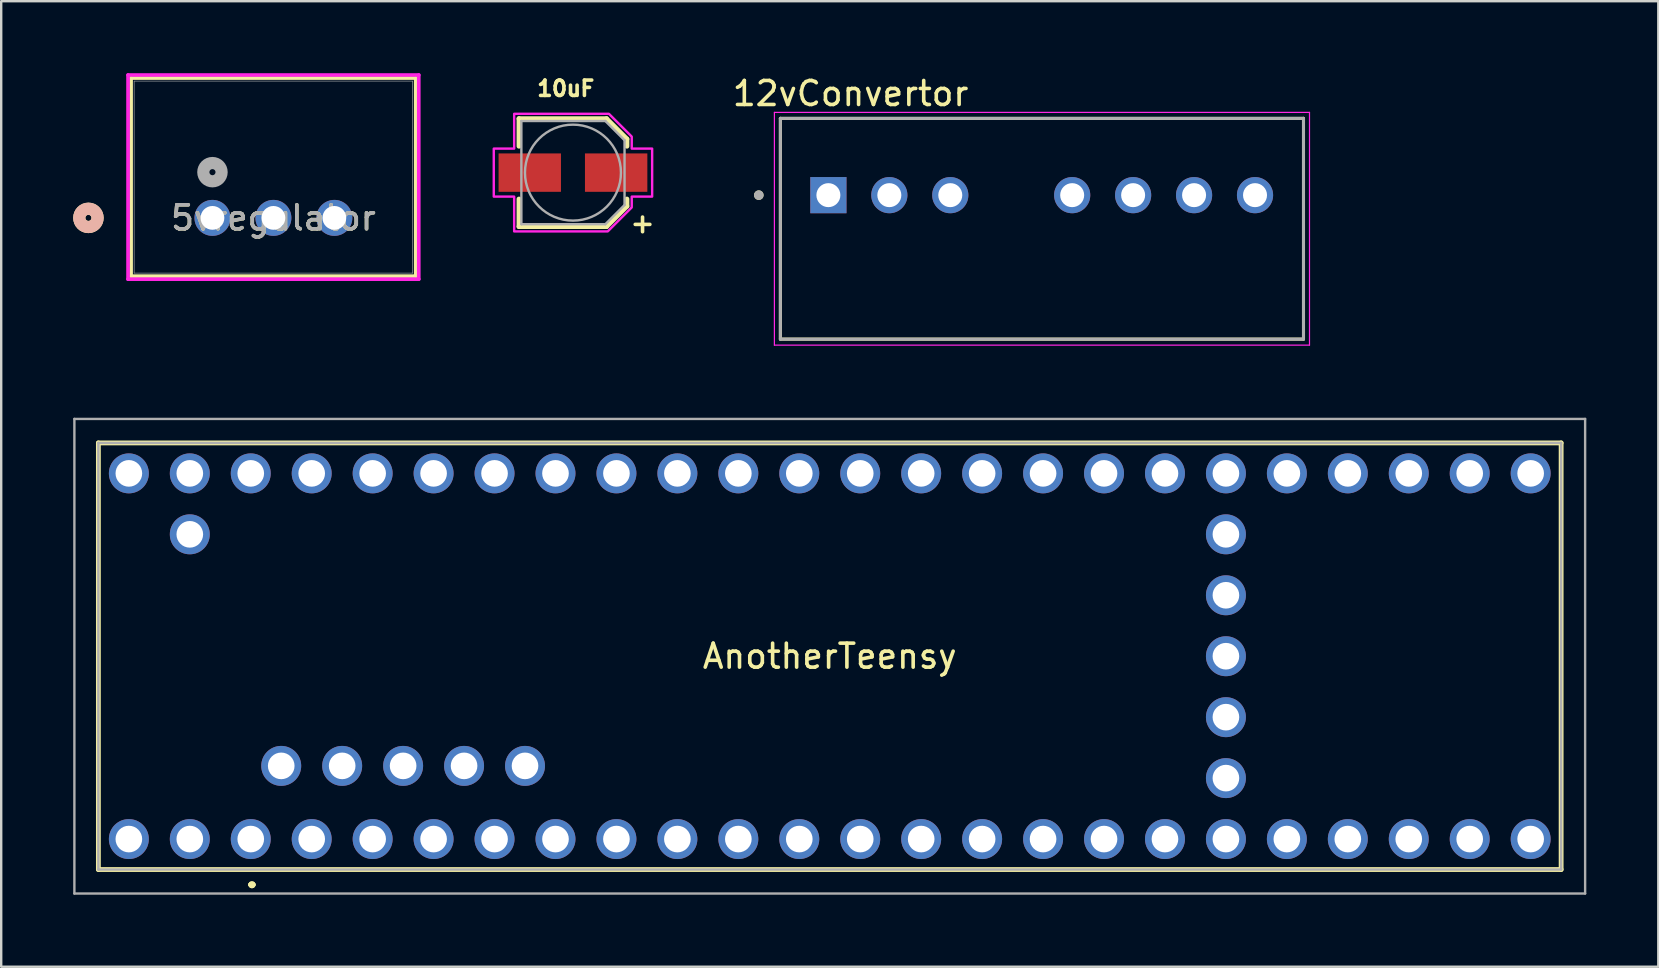
<source format=kicad_pcb>
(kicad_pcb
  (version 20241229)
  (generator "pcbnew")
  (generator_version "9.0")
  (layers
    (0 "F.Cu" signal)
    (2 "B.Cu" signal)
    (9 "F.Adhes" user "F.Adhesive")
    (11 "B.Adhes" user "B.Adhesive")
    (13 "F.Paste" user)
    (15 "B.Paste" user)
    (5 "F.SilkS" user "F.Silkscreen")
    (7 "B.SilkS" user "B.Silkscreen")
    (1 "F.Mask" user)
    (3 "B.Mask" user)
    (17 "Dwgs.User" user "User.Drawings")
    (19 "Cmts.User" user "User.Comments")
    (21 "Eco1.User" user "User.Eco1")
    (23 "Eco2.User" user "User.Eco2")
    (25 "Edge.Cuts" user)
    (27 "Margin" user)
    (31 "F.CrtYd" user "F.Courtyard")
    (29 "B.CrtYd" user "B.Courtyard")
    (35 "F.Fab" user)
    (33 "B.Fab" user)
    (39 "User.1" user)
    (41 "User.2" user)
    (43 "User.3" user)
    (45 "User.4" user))
  (footprint "10uF"
    (layer "F.Cu")
    (at 20.828 4.144)
    (property "Reference" "10uF" (at -0.3 -3.506 0) (layer "F.SilkS") (effects (font (size 0.64 0.64) (thickness 0.15))))
    (attr smd)
    (fp_line (start -2.25 -2.25) (end -2.25 -1.1) (stroke (width 0.2) (type solid)) (layer "F.SilkS"))
    (fp_line (start -2.25 -2.25) (end 1.4 -2.25) (stroke (width 0.2) (type solid)) (layer "F.SilkS"))
    (fp_line (start -2.25 2.25) (end -2.25 1.1) (stroke (width 0.2) (type solid)) (layer "F.SilkS"))
    (fp_line (start -2.25 2.25) (end 1.4 2.25) (stroke (width 0.2) (type solid)) (layer "F.SilkS"))
    (fp_line (start 1.4 -2.25) (end 2.25 -1.4) (stroke (width 0.2) (type solid)) (layer "F.SilkS"))
    (fp_line (start 1.4 2.25) (end 2.25 1.4) (stroke (width 0.2) (type solid)) (layer "F.SilkS"))
    (fp_line (start 2.25 -1.4) (end 2.25 -1.1) (stroke (width 0.2) (type solid)) (layer "F.SilkS"))
    (fp_line (start 2.25 1.4) (end 2.25 1.1) (stroke (width 0.2) (type solid)) (layer "F.SilkS"))
    (fp_poly (pts (xy -2.45 -2.45) (xy -2.45 -1) (xy -3.3 -1) (xy -3.3 1) (xy -2.45 1) (xy -2.45 2.45) (xy 1.45 2.45) (xy 2.45 1.45) (xy 2.45 1) (xy 3.3 1) (xy 3.3 -1) (xy 2.45 -1) (xy 2.45 -1.5) (xy 1.5 -2.45)) (stroke (width 0.1) (type solid)) (fill no) (layer "F.CrtYd"))
    (fp_line (start -2.15 -2.15) (end -2.15 2.15) (stroke (width 0.1) (type solid)) (layer "F.Fab"))
    (fp_line (start -2.15 2.15) (end 1.35 2.15) (stroke (width 0.1) (type solid)) (layer "F.Fab"))
    (fp_line (start 1.35 -2.15) (end -2.15 -2.15) (stroke (width 0.1) (type solid)) (layer "F.Fab"))
    (fp_line (start 1.35 2.15) (end 2.15 1.35) (stroke (width 0.1) (type solid)) (layer "F.Fab"))
    (fp_line (start 2.15 -1.35) (end 1.35 -2.15) (stroke (width 0.1) (type solid)) (layer "F.Fab"))
    (fp_line (start 2.15 1.35) (end 2.15 -1.35) (stroke (width 0.1) (type solid)) (layer "F.Fab"))
    (fp_circle (center 0 0) (end 2 0) (stroke (width 0.1) (type solid)) (fill no) (layer "F.Fab"))
    (fp_text user "+" (at 2.9 2.1 0) (layer "F.SilkS") (effects (font (size 0.8 0.8) (thickness 0.15))))
    (pad "1" smd rect (at 1.8 0) (size 2.6 1.6) (layers "F.Cu" "F.Mask" "F.Paste"))
    (pad "2" smd rect (at -1.8 0) (size 2.6 1.6) (layers "F.Cu" "F.Mask" "F.Paste")))
  (footprint "5vregulator"
    (layer "F.Cu")
    (at 5.804 6.03)
    (property "Reference" "5vregulator" (at 2.54 0 0) (unlocked yes) (layer "F.SilkS") (effects (font (size 1 1) (thickness 0.15))))
    (attr through_hole)
    (fp_line (start -3.391 -5.827) (end -3.391 2.428) (stroke (width 0.152) (type solid)) (layer "F.SilkS"))
    (fp_line (start -3.391 2.428) (end 8.471 2.428) (stroke (width 0.152) (type solid)) (layer "F.SilkS"))
    (fp_line (start 8.471 -5.827) (end -3.391 -5.827) (stroke (width 0.152) (type solid)) (layer "F.SilkS"))
    (fp_line (start 8.471 2.428) (end 8.471 -5.827) (stroke (width 0.152) (type solid)) (layer "F.SilkS"))
    (fp_circle (center -5.169 0) (end -4.788 0) (stroke (width 0.508) (type solid)) (fill no) (layer "F.SilkS"))
    (fp_circle (center -5.169 0) (end -4.788 0) (stroke (width 0.508) (type solid)) (fill no) (layer "B.SilkS"))
    (fp_line (start -3.518 -5.954) (end -3.518 2.555) (stroke (width 0.152) (type solid)) (layer "F.CrtYd"))
    (fp_line (start -3.518 2.555) (end 8.598 2.555) (stroke (width 0.152) (type solid)) (layer "F.CrtYd"))
    (fp_line (start 8.598 -5.954) (end -3.518 -5.954) (stroke (width 0.152) (type solid)) (layer "F.CrtYd"))
    (fp_line (start 8.598 2.555) (end 8.598 -5.954) (stroke (width 0.152) (type solid)) (layer "F.CrtYd"))
    (fp_line (start -3.264 -5.7) (end -3.264 2.301) (stroke (width 0.025) (type solid)) (layer "F.Fab"))
    (fp_line (start -3.264 2.301) (end 8.344 2.301) (stroke (width 0.025) (type solid)) (layer "F.Fab"))
    (fp_line (start 8.344 -5.7) (end -3.264 -5.7) (stroke (width 0.025) (type solid)) (layer "F.Fab"))
    (fp_line (start 8.344 2.301) (end 8.344 -5.7) (stroke (width 0.025) (type solid)) (layer "F.Fab"))
    (fp_circle (center 0 -1.905) (end 0.381 -1.905) (stroke (width 0.508) (type solid)) (fill no) (layer "F.Fab"))
    (fp_text user "${REFERENCE}" (at 2.54 0 0) (unlocked yes) (layer "F.Fab") (effects (font (size 1 1) (thickness 0.15))))
    (pad "1" thru_hole circle (at 0 0) (size 1.499 1.499) (drill 0.991) (layers "*.Cu" "*.Mask"))
    (pad "2" thru_hole circle (at 2.54 0) (size 1.499 1.499) (drill 0.991) (layers "*.Cu" "*.Mask"))
    (pad "3" thru_hole circle (at 5.08 0) (size 1.499 1.499) (drill 0.991) (layers "*.Cu" "*.Mask")))
  (footprint "12vConvertor"
    (layer "F.Cu")
    (at 40.373 6.483)
    (property "Reference" "12vConvertor" (at -7.975 -5.635 0) (layer "F.SilkS") (effects (font (size 1 1) (thickness 0.15))))
    (attr through_hole)
    (fp_line (start -10.9 -4.6) (end -10.9 4.6) (stroke (width 0.127) (type solid)) (layer "F.SilkS"))
    (fp_line (start -10.9 -4.6) (end 10.9 -4.6) (stroke (width 0.127) (type solid)) (layer "F.SilkS"))
    (fp_line (start -10.9 4.6) (end 10.9 4.6) (stroke (width 0.127) (type solid)) (layer "F.SilkS"))
    (fp_line (start 10.9 4.6) (end 10.9 -4.6) (stroke (width 0.127) (type solid)) (layer "F.SilkS"))
    (fp_circle (center -11.8 -1.4) (end -11.7 -1.4) (stroke (width 0.2) (type solid)) (fill no) (layer "F.SilkS"))
    (fp_line (start -11.15 -4.85) (end 11.15 -4.85) (stroke (width 0.05) (type solid)) (layer "F.CrtYd"))
    (fp_line (start -11.15 4.85) (end -11.15 -4.85) (stroke (width 0.05) (type solid)) (layer "F.CrtYd"))
    (fp_line (start 11.15 -4.85) (end 11.15 4.85) (stroke (width 0.05) (type solid)) (layer "F.CrtYd"))
    (fp_line (start 11.15 4.85) (end -11.15 4.85) (stroke (width 0.05) (type solid)) (layer "F.CrtYd"))
    (fp_line (start -10.9 -4.6) (end -10.9 4.6) (stroke (width 0.127) (type solid)) (layer "F.Fab"))
    (fp_line (start -10.9 4.6) (end 10.9 4.6) (stroke (width 0.127) (type solid)) (layer "F.Fab"))
    (fp_line (start 10.9 -4.6) (end -10.9 -4.6) (stroke (width 0.127) (type solid)) (layer "F.Fab"))
    (fp_line (start 10.9 4.6) (end 10.9 -4.6) (stroke (width 0.127) (type solid)) (layer "F.Fab"))
    (fp_circle (center -11.8 -1.4) (end -11.7 -1.4) (stroke (width 0.2) (type solid)) (fill no) (layer "F.Fab"))
    (pad "1" thru_hole rect (at -8.9 -1.4) (size 1.508 1.508) (drill 1) (layers "*.Cu" "*.Mask"))
    (pad "2" thru_hole circle (at -6.36 -1.4) (size 1.508 1.508) (drill 1) (layers "*.Cu" "*.Mask"))
    (pad "3" thru_hole circle (at -3.82 -1.4) (size 1.508 1.508) (drill 1) (layers "*.Cu" "*.Mask"))
    (pad "5" thru_hole circle (at 1.26 -1.4) (size 1.508 1.508) (drill 1) (layers "*.Cu" "*.Mask"))
    (pad "6" thru_hole circle (at 3.8 -1.4) (size 1.508 1.508) (drill 1) (layers "*.Cu" "*.Mask"))
    (pad "7" thru_hole circle (at 6.34 -1.4) (size 1.508 1.508) (drill 1) (layers "*.Cu" "*.Mask"))
    (pad "8" thru_hole circle (at 8.88 -1.4) (size 1.508 1.508) (drill 1) (layers "*.Cu" "*.Mask")))
  (footprint "AnotherTeensy"
    (layer "F.Cu")
    (at 7.4 31.918)
    (property "Reference" "AnotherTeensy" (at 24.13 -7.62 0) (layer "F.SilkS") (effects (font (size 1 1) (thickness 0.15))))
    (attr through_hole)
    (fp_line (start -6.35 -16.51) (end -6.35 1.27) (stroke (width 0.2) (type solid)) (layer "F.SilkS"))
    (fp_line (start -6.35 1.27) (end 54.61 1.27) (stroke (width 0.2) (type solid)) (layer "F.SilkS"))
    (fp_line (start 0 1.9) (end 0 1.9) (stroke (width 0.2) (type solid)) (layer "F.SilkS"))
    (fp_line (start 0 1.9) (end 0 1.9) (stroke (width 0.2) (type solid)) (layer "F.SilkS"))
    (fp_line (start 0.1 1.9) (end 0.1 1.9) (stroke (width 0.2) (type solid)) (layer "F.SilkS"))
    (fp_line (start 54.61 -16.51) (end -6.35 -16.51) (stroke (width 0.2) (type solid)) (layer "F.SilkS"))
    (fp_line (start 54.61 1.27) (end 54.61 -16.51) (stroke (width 0.2) (type solid)) (layer "F.SilkS"))
    (fp_arc (start 0 1.9) (mid 0.05 1.85) (end 0.1 1.9) (stroke (width 0.2) (type solid)) (layer "F.SilkS"))
    (fp_arc (start 0.1 1.9) (mid 0.05 1.95) (end 0 1.9) (stroke (width 0.2) (type solid)) (layer "F.SilkS"))
    (fp_arc (start 0.1 1.9) (mid 0.05 1.95) (end 0 1.9) (stroke (width 0.2) (type solid)) (layer "F.SilkS"))
    (fp_line (start -7.35 -17.51) (end 55.61 -17.51) (stroke (width 0.1) (type solid)) (layer "F.Fab"))
    (fp_line (start -7.35 2.27) (end -7.35 -17.51) (stroke (width 0.1) (type solid)) (layer "F.Fab"))
    (fp_line (start -6.35 -16.51) (end -6.35 1.27) (stroke (width 0.1) (type solid)) (layer "F.Fab"))
    (fp_line (start -6.35 1.27) (end 54.61 1.27) (stroke (width 0.1) (type solid)) (layer "F.Fab"))
    (fp_line (start 54.61 -16.51) (end -6.35 -16.51) (stroke (width 0.1) (type solid)) (layer "F.Fab"))
    (fp_line (start 54.61 1.27) (end 54.61 -16.51) (stroke (width 0.1) (type solid)) (layer "F.Fab"))
    (fp_line (start 55.61 -17.51) (end 55.61 2.27) (stroke (width 0.1) (type solid)) (layer "F.Fab"))
    (fp_line (start 55.61 2.27) (end -7.35 2.27) (stroke (width 0.1) (type solid)) (layer "F.Fab"))
    (pad "1" thru_hole circle (at 0 0) (size 1.665 1.665) (drill 1.11) (layers "*.Cu" "*.Mask"))
    (pad "2" thru_hole circle (at 2.54 0) (size 1.665 1.665) (drill 1.11) (layers "*.Cu" "*.Mask"))
    (pad "3" thru_hole circle (at 5.08 0) (size 1.665 1.665) (drill 1.11) (layers "*.Cu" "*.Mask"))
    (pad "4" thru_hole circle (at 7.62 0) (size 1.665 1.665) (drill 1.11) (layers "*.Cu" "*.Mask"))
    (pad "5" thru_hole circle (at 10.16 0) (size 1.665 1.665) (drill 1.11) (layers "*.Cu" "*.Mask"))
    (pad "6" thru_hole circle (at 12.7 0) (size 1.665 1.665) (drill 1.11) (layers "*.Cu" "*.Mask"))
    (pad "7" thru_hole circle (at 15.24 0) (size 1.665 1.665) (drill 1.11) (layers "*.Cu" "*.Mask"))
    (pad "8" thru_hole circle (at 17.78 0) (size 1.665 1.665) (drill 1.11) (layers "*.Cu" "*.Mask"))
    (pad "9" thru_hole circle (at 20.32 0) (size 1.665 1.665) (drill 1.11) (layers "*.Cu" "*.Mask"))
    (pad "10" thru_hole circle (at 22.86 0) (size 1.665 1.665) (drill 1.11) (layers "*.Cu" "*.Mask"))
    (pad "11" thru_hole circle (at 25.4 0) (size 1.665 1.665) (drill 1.11) (layers "*.Cu" "*.Mask"))
    (pad "12" thru_hole circle (at 27.94 0) (size 1.665 1.665) (drill 1.11) (layers "*.Cu" "*.Mask"))
    (pad "13" thru_hole circle (at 27.94 -15.24) (size 1.665 1.665) (drill 1.11) (layers "*.Cu" "*.Mask"))
    (pad "14" thru_hole circle (at 25.4 -15.24) (size 1.665 1.665) (drill 1.11) (layers "*.Cu" "*.Mask"))
    (pad "15" thru_hole circle (at 22.86 -15.24) (size 1.665 1.665) (drill 1.11) (layers "*.Cu" "*.Mask"))
    (pad "16" thru_hole circle (at 20.32 -15.24) (size 1.665 1.665) (drill 1.11) (layers "*.Cu" "*.Mask"))
    (pad "17" thru_hole circle (at 17.78 -15.24) (size 1.665 1.665) (drill 1.11) (layers "*.Cu" "*.Mask"))
    (pad "18" thru_hole circle (at 15.24 -15.24) (size 1.665 1.665) (drill 1.11) (layers "*.Cu" "*.Mask"))
    (pad "19" thru_hole circle (at 12.7 -15.24) (size 1.665 1.665) (drill 1.11) (layers "*.Cu" "*.Mask"))
    (pad "20" thru_hole circle (at 10.16 -15.24) (size 1.665 1.665) (drill 1.11) (layers "*.Cu" "*.Mask"))
    (pad "21" thru_hole circle (at 7.62 -15.24) (size 1.665 1.665) (drill 1.11) (layers "*.Cu" "*.Mask"))
    (pad "22" thru_hole circle (at 5.08 -15.24) (size 1.665 1.665) (drill 1.11) (layers "*.Cu" "*.Mask"))
    (pad "23" thru_hole circle (at 2.54 -15.24) (size 1.665 1.665) (drill 1.11) (layers "*.Cu" "*.Mask"))
    (pad "24" thru_hole circle (at 33.02 0) (size 1.665 1.665) (drill 1.11) (layers "*.Cu" "*.Mask"))
    (pad "25" thru_hole circle (at 35.56 0) (size 1.665 1.665) (drill 1.11) (layers "*.Cu" "*.Mask"))
    (pad "26" thru_hole circle (at 38.1 0) (size 1.665 1.665) (drill 1.11) (layers "*.Cu" "*.Mask"))
    (pad "27" thru_hole circle (at 40.64 0) (size 1.665 1.665) (drill 1.11) (layers "*.Cu" "*.Mask"))
    (pad "28" thru_hole circle (at 43.18 0) (size 1.665 1.665) (drill 1.11) (layers "*.Cu" "*.Mask"))
    (pad "29" thru_hole circle (at 45.72 0) (size 1.665 1.665) (drill 1.11) (layers "*.Cu" "*.Mask"))
    (pad "30" thru_hole circle (at 48.26 0) (size 1.665 1.665) (drill 1.11) (layers "*.Cu" "*.Mask"))
    (pad "31" thru_hole circle (at 50.8 0) (size 1.665 1.665) (drill 1.11) (layers "*.Cu" "*.Mask"))
    (pad "32" thru_hole circle (at 53.34 0) (size 1.665 1.665) (drill 1.11) (layers "*.Cu" "*.Mask"))
    (pad "33" thru_hole circle (at 53.34 -15.24) (size 1.665 1.665) (drill 1.11) (layers "*.Cu" "*.Mask"))
    (pad "34" thru_hole circle (at 50.8 -15.24) (size 1.665 1.665) (drill 1.11) (layers "*.Cu" "*.Mask"))
    (pad "35" thru_hole circle (at 48.26 -15.24) (size 1.665 1.665) (drill 1.11) (layers "*.Cu" "*.Mask"))
    (pad "36" thru_hole circle (at 45.72 -15.24) (size 1.665 1.665) (drill 1.11) (layers "*.Cu" "*.Mask"))
    (pad "37" thru_hole circle (at 43.18 -15.24) (size 1.665 1.665) (drill 1.11) (layers "*.Cu" "*.Mask"))
    (pad "38" thru_hole circle (at 40.64 -15.24) (size 1.665 1.665) (drill 1.11) (layers "*.Cu" "*.Mask"))
    (pad "39" thru_hole circle (at 38.1 -15.24) (size 1.665 1.665) (drill 1.11) (layers "*.Cu" "*.Mask"))
    (pad "40" thru_hole circle (at 35.56 -15.24) (size 1.665 1.665) (drill 1.11) (layers "*.Cu" "*.Mask"))
    (pad "41" thru_hole circle (at 33.02 -15.24) (size 1.665 1.665) (drill 1.11) (layers "*.Cu" "*.Mask"))
    (pad "42" thru_hole circle (at 30.48 0) (size 1.665 1.665) (drill 1.11) (layers "*.Cu" "*.Mask"))
    (pad "43" thru_hole circle (at 40.64 -2.54) (size 1.665 1.665) (drill 1.11) (layers "*.Cu" "*.Mask"))
    (pad "44" thru_hole circle (at 40.64 -5.08) (size 1.665 1.665) (drill 1.11) (layers "*.Cu" "*.Mask"))
    (pad "45" thru_hole circle (at 40.64 -7.62) (size 1.665 1.665) (drill 1.11) (layers "*.Cu" "*.Mask"))
    (pad "46" thru_hole circle (at 40.64 -10.16) (size 1.665 1.665) (drill 1.11) (layers "*.Cu" "*.Mask"))
    (pad "47" thru_hole circle (at 40.64 -12.7) (size 1.665 1.665) (drill 1.11) (layers "*.Cu" "*.Mask"))
    (pad "48" thru_hole circle (at 11.43 -3.05) (size 1.665 1.665) (drill 1.11) (layers "*.Cu" "*.Mask"))
    (pad "49" thru_hole circle (at 8.89 -3.05) (size 1.665 1.665) (drill 1.11) (layers "*.Cu" "*.Mask"))
    (pad "50" thru_hole circle (at 6.35 -3.05) (size 1.665 1.665) (drill 1.11) (layers "*.Cu" "*.Mask"))
    (pad "51" thru_hole circle (at 3.81 -3.05) (size 1.665 1.665) (drill 1.11) (layers "*.Cu" "*.Mask"))
    (pad "52" thru_hole circle (at 1.27 -3.05) (size 1.665 1.665) (drill 1.11) (layers "*.Cu" "*.Mask"))
    (pad "53" thru_hole circle (at 0 -15.24) (size 1.665 1.665) (drill 1.11) (layers "*.Cu" "*.Mask"))
    (pad "55" thru_hole circle (at -5.08 -15.24) (size 1.665 1.665) (drill 1.11) (layers "*.Cu" "*.Mask"))
    (pad "57" thru_hole circle (at -2.54 0) (size 1.665 1.665) (drill 1.11) (layers "*.Cu" "*.Mask"))
    (pad "68" thru_hole circle (at -2.54 -12.7) (size 1.665 1.665) (drill 1.11) (layers "*.Cu" "*.Mask"))
    (pad "69" thru_hole circle (at 30.48 -15.24) (size 1.665 1.665) (drill 1.11) (layers "*.Cu" "*.Mask"))
    (pad "70" thru_hole circle (at -2.54 -15.24) (size 1.665 1.665) (drill 1.11) (layers "*.Cu" "*.Mask"))
    (pad "71" thru_hole circle (at -5.08 0) (size 1.665 1.665) (drill 1.11) (layers "*.Cu" "*.Mask")))
  (gr_rect
    (start -3 -3)
    (end 66.06 37.238)
    (stroke (width 0.1) (type default))
    (fill no)
    (layer "Edge.Cuts")))
</source>
